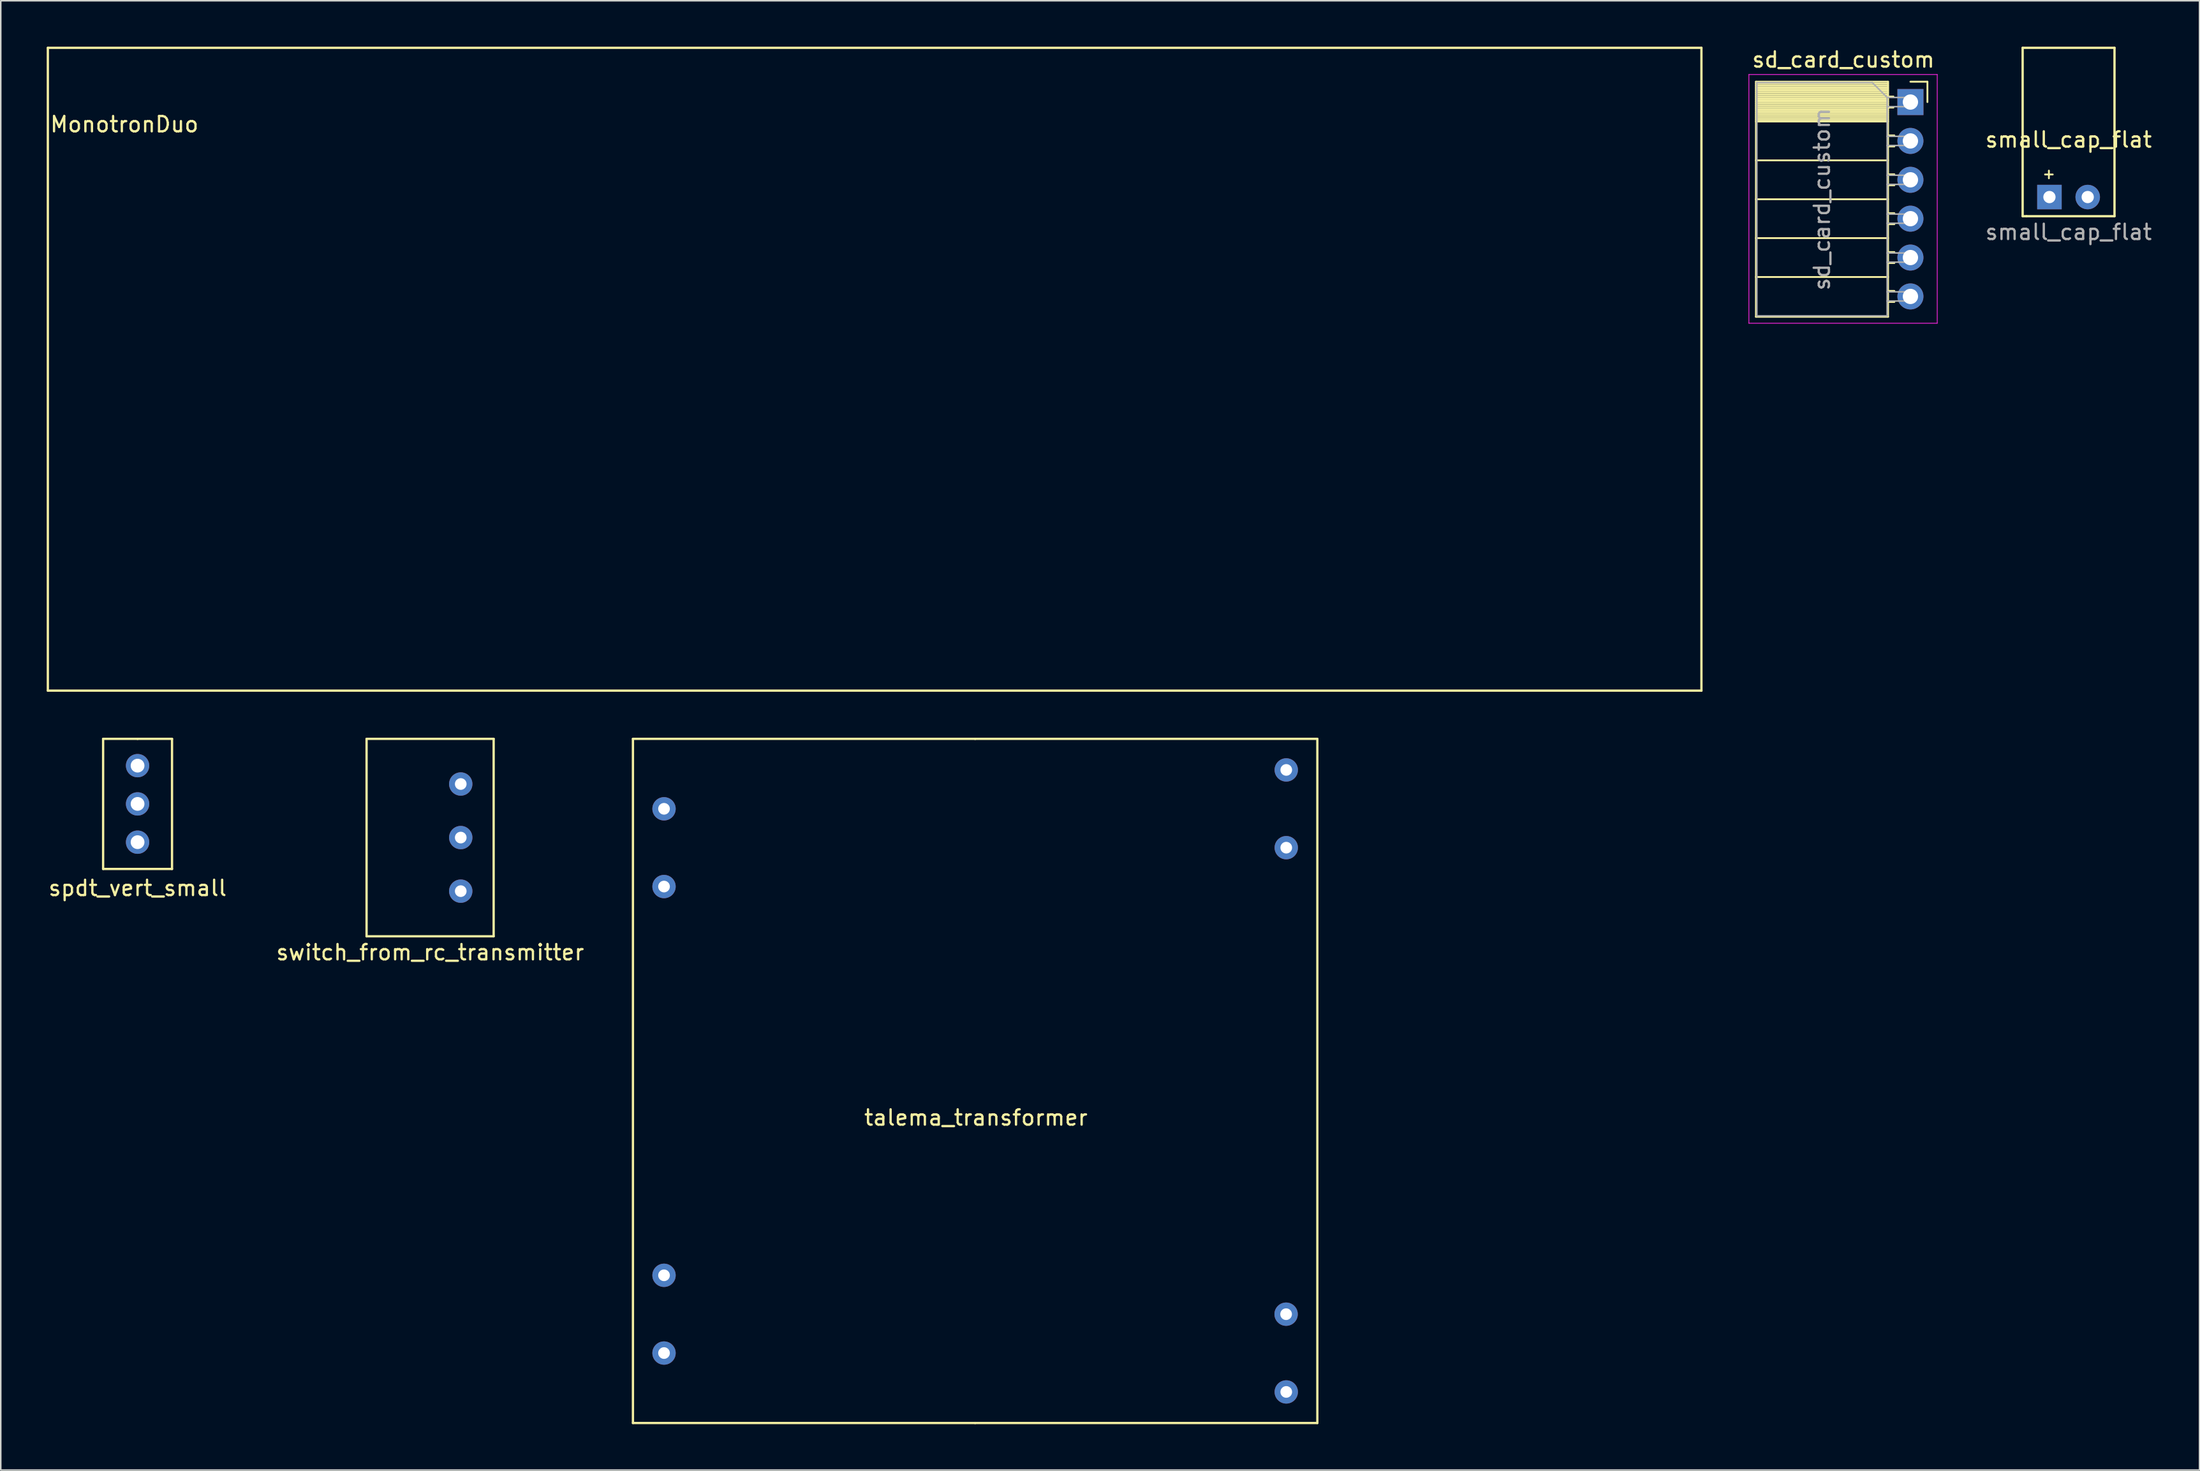
<source format=kicad_pcb>
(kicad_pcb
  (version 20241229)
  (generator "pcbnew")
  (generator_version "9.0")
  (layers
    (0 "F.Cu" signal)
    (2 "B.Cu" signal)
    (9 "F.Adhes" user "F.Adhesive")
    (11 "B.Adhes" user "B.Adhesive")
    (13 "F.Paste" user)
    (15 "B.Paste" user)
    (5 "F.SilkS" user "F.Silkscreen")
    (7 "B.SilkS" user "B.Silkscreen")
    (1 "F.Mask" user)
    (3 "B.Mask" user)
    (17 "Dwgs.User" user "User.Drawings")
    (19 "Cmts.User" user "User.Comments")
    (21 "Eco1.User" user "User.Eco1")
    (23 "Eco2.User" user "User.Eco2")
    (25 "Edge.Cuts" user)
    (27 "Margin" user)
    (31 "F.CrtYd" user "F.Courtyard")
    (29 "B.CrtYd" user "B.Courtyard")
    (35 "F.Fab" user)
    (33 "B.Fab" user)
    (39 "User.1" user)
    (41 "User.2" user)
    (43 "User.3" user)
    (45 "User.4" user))
  (footprint "spdt_vert_small"
    (layer "F.Cu")
    (at 5.935 49.475)
    (property "Reference" "spdt_vert_small" (at 0 5.5 0) (layer "F.SilkS") (effects (font (size 1 1) (thickness 0.15))))
    (attr through_hole)
    (fp_line (start -2.25 -4.25) (end 0 -4.25) (stroke (width 0.15) (type solid)) (layer "F.SilkS"))
    (fp_line (start -2.25 4.25) (end -2.25 -4.25) (stroke (width 0.15) (type solid)) (layer "F.SilkS"))
    (fp_line (start 0 -4.25) (end 2.25 -4.25) (stroke (width 0.15) (type solid)) (layer "F.SilkS"))
    (fp_line (start 2.25 -4.25) (end 2.25 4.25) (stroke (width 0.15) (type solid)) (layer "F.SilkS"))
    (fp_line (start 2.25 4.25) (end -2.25 4.25) (stroke (width 0.15) (type solid)) (layer "F.SilkS"))
    (pad "1" thru_hole circle (at 0 -2.5) (size 1.524 1.524) (drill 0.9) (layers "*.Cu" "*.Mask"))
    (pad "2" thru_hole circle (at 0 0) (size 1.524 1.524) (drill 0.9) (layers "*.Cu" "*.Mask"))
    (pad "3" thru_hole circle (at 0 2.5) (size 1.524 1.524) (drill 0.9) (layers "*.Cu" "*.Mask")))
  (footprint "small_cap_flat"
    (layer "F.Cu")
    (at 130.804 9.825)
    (property "Reference" "small_cap_flat" (at 1.25 -3.75 0) (layer "F.SilkS") (effects (font (size 1 1) (thickness 0.15))))
    (attr through_hole)
    (fp_line (start -1.75 -9.75) (end -1.75 1.25) (stroke (width 0.15) (type solid)) (layer "F.SilkS"))
    (fp_line (start -1.75 1.25) (end -1.5 1.25) (stroke (width 0.15) (type solid)) (layer "F.SilkS"))
    (fp_line (start -1.5 1.25) (end 4.25 1.25) (stroke (width 0.15) (type solid)) (layer "F.SilkS"))
    (fp_line (start -0.285 -1.475) (end 0.215 -1.475) (stroke (width 0.12) (type solid)) (layer "F.SilkS"))
    (fp_line (start -0.035 -1.725) (end -0.035 -1.225) (stroke (width 0.12) (type solid)) (layer "F.SilkS"))
    (fp_line (start 4.25 -9.75) (end -1.75 -9.75) (stroke (width 0.15) (type solid)) (layer "F.SilkS"))
    (fp_line (start 4.25 1.25) (end 4.25 -9.75) (stroke (width 0.15) (type solid)) (layer "F.SilkS"))
    (fp_text user "${REFERENCE}" (at 1.25 2.286 0) (layer "F.Fab") (effects (font (size 1 1) (thickness 0.15))))
    (pad "1" thru_hole rect (at 0 0) (size 1.6 1.6) (drill 0.8) (layers "*.Cu" "*.Mask"))
    (pad "2" thru_hole circle (at 2.5 0) (size 1.6 1.6) (drill 0.8) (layers "*.Cu" "*.Mask")))
  (footprint "MonotronDuo"
    (layer "F.Cu")
    (at 54.075 21.075)
    (property "Reference" "MonotronDuo" (at -49 -16 0) (layer "F.SilkS") (effects (font (size 1 1) (thickness 0.15))))
    (attr through_hole)
    (fp_line (start -54 -21) (end 54 -21) (stroke (width 0.15) (type solid)) (layer "F.SilkS"))
    (fp_line (start -54 21) (end -54 -21) (stroke (width 0.15) (type solid)) (layer "F.SilkS"))
    (fp_line (start -54 21) (end 54 21) (stroke (width 0.15) (type solid)) (layer "F.SilkS"))
    (fp_line (start 54 -21) (end 54 21) (stroke (width 0.15) (type solid)) (layer "F.SilkS")))
  (footprint "sd_card_custom"
    (layer "F.Cu")
    (at 121.725 3.618)
    (property "Reference" "sd_card_custom" (at -4.38 -2.77 0) (layer "F.SilkS") (effects (font (size 1 1) (thickness 0.15))))
    (attr through_hole)
    (fp_line (start -10.09 -1.33) (end -10.09 14.03) (stroke (width 0.12) (type solid)) (layer "F.SilkS"))
    (fp_line (start -10.09 -1.33) (end -1.46 -1.33) (stroke (width 0.12) (type solid)) (layer "F.SilkS"))
    (fp_line (start -10.09 -1.21) (end -1.46 -1.21) (stroke (width 0.12) (type solid)) (layer "F.SilkS"))
    (fp_line (start -10.09 -1.092) (end -1.46 -1.092) (stroke (width 0.12) (type solid)) (layer "F.SilkS"))
    (fp_line (start -10.09 -0.974) (end -1.46 -0.974) (stroke (width 0.12) (type solid)) (layer "F.SilkS"))
    (fp_line (start -10.09 -0.856) (end -1.46 -0.856) (stroke (width 0.12) (type solid)) (layer "F.SilkS"))
    (fp_line (start -10.09 -0.738) (end -1.46 -0.738) (stroke (width 0.12) (type solid)) (layer "F.SilkS"))
    (fp_line (start -10.09 -0.62) (end -1.46 -0.62) (stroke (width 0.12) (type solid)) (layer "F.SilkS"))
    (fp_line (start -10.09 -0.501) (end -1.46 -0.501) (stroke (width 0.12) (type solid)) (layer "F.SilkS"))
    (fp_line (start -10.09 -0.383) (end -1.46 -0.383) (stroke (width 0.12) (type solid)) (layer "F.SilkS"))
    (fp_line (start -10.09 -0.265) (end -1.46 -0.265) (stroke (width 0.12) (type solid)) (layer "F.SilkS"))
    (fp_line (start -10.09 -0.147) (end -1.46 -0.147) (stroke (width 0.12) (type solid)) (layer "F.SilkS"))
    (fp_line (start -10.09 -0.029) (end -1.46 -0.029) (stroke (width 0.12) (type solid)) (layer "F.SilkS"))
    (fp_line (start -10.09 0.089) (end -1.46 0.089) (stroke (width 0.12) (type solid)) (layer "F.SilkS"))
    (fp_line (start -10.09 0.207) (end -1.46 0.207) (stroke (width 0.12) (type solid)) (layer "F.SilkS"))
    (fp_line (start -10.09 0.325) (end -1.46 0.325) (stroke (width 0.12) (type solid)) (layer "F.SilkS"))
    (fp_line (start -10.09 0.443) (end -1.46 0.443) (stroke (width 0.12) (type solid)) (layer "F.SilkS"))
    (fp_line (start -10.09 0.561) (end -1.46 0.561) (stroke (width 0.12) (type solid)) (layer "F.SilkS"))
    (fp_line (start -10.09 0.68) (end -1.46 0.68) (stroke (width 0.12) (type solid)) (layer "F.SilkS"))
    (fp_line (start -10.09 0.798) (end -1.46 0.798) (stroke (width 0.12) (type solid)) (layer "F.SilkS"))
    (fp_line (start -10.09 0.916) (end -1.46 0.916) (stroke (width 0.12) (type solid)) (layer "F.SilkS"))
    (fp_line (start -10.09 1.034) (end -1.46 1.034) (stroke (width 0.12) (type solid)) (layer "F.SilkS"))
    (fp_line (start -10.09 1.152) (end -1.46 1.152) (stroke (width 0.12) (type solid)) (layer "F.SilkS"))
    (fp_line (start -10.09 1.27) (end -1.46 1.27) (stroke (width 0.12) (type solid)) (layer "F.SilkS"))
    (fp_line (start -10.09 3.81) (end -1.46 3.81) (stroke (width 0.12) (type solid)) (layer "F.SilkS"))
    (fp_line (start -10.09 6.35) (end -1.46 6.35) (stroke (width 0.12) (type solid)) (layer "F.SilkS"))
    (fp_line (start -10.09 8.89) (end -1.46 8.89) (stroke (width 0.12) (type solid)) (layer "F.SilkS"))
    (fp_line (start -10.09 11.43) (end -1.46 11.43) (stroke (width 0.12) (type solid)) (layer "F.SilkS"))
    (fp_line (start -10.09 14.03) (end -1.46 14.03) (stroke (width 0.12) (type solid)) (layer "F.SilkS"))
    (fp_line (start -1.46 -1.33) (end -1.46 14.03) (stroke (width 0.12) (type solid)) (layer "F.SilkS"))
    (fp_line (start -1.46 -0.36) (end -1.11 -0.36) (stroke (width 0.12) (type solid)) (layer "F.SilkS"))
    (fp_line (start -1.46 0.36) (end -1.11 0.36) (stroke (width 0.12) (type solid)) (layer "F.SilkS"))
    (fp_line (start -1.46 2.18) (end -1.05 2.18) (stroke (width 0.12) (type solid)) (layer "F.SilkS"))
    (fp_line (start -1.46 2.9) (end -1.05 2.9) (stroke (width 0.12) (type solid)) (layer "F.SilkS"))
    (fp_line (start -1.46 4.72) (end -1.05 4.72) (stroke (width 0.12) (type solid)) (layer "F.SilkS"))
    (fp_line (start -1.46 5.44) (end -1.05 5.44) (stroke (width 0.12) (type solid)) (layer "F.SilkS"))
    (fp_line (start -1.46 7.26) (end -1.05 7.26) (stroke (width 0.12) (type solid)) (layer "F.SilkS"))
    (fp_line (start -1.46 7.98) (end -1.05 7.98) (stroke (width 0.12) (type solid)) (layer "F.SilkS"))
    (fp_line (start -1.46 9.8) (end -1.05 9.8) (stroke (width 0.12) (type solid)) (layer "F.SilkS"))
    (fp_line (start -1.46 10.52) (end -1.05 10.52) (stroke (width 0.12) (type solid)) (layer "F.SilkS"))
    (fp_line (start -1.46 12.34) (end -1.05 12.34) (stroke (width 0.12) (type solid)) (layer "F.SilkS"))
    (fp_line (start -1.46 13.06) (end -1.05 13.06) (stroke (width 0.12) (type solid)) (layer "F.SilkS"))
    (fp_line (start 0 -1.33) (end 1.11 -1.33) (stroke (width 0.12) (type solid)) (layer "F.SilkS"))
    (fp_line (start 1.11 -1.33) (end 1.11 0) (stroke (width 0.12) (type solid)) (layer "F.SilkS"))
    (fp_line (start -10.55 -1.8) (end -10.55 14.45) (stroke (width 0.05) (type solid)) (layer "F.CrtYd"))
    (fp_line (start -10.55 14.45) (end 1.75 14.45) (stroke (width 0.05) (type solid)) (layer "F.CrtYd"))
    (fp_line (start 1.75 -1.8) (end -10.55 -1.8) (stroke (width 0.05) (type solid)) (layer "F.CrtYd"))
    (fp_line (start 1.75 14.45) (end 1.75 -1.8) (stroke (width 0.05) (type solid)) (layer "F.CrtYd"))
    (fp_line (start -10.03 -1.27) (end -2.49 -1.27) (stroke (width 0.1) (type solid)) (layer "F.Fab"))
    (fp_line (start -10.03 13.97) (end -10.03 -1.27) (stroke (width 0.1) (type solid)) (layer "F.Fab"))
    (fp_line (start -2.49 -1.27) (end -1.52 -0.3) (stroke (width 0.1) (type solid)) (layer "F.Fab"))
    (fp_line (start -1.52 -0.3) (end -1.52 13.97) (stroke (width 0.1) (type solid)) (layer "F.Fab"))
    (fp_line (start -1.52 0.3) (end 0 0.3) (stroke (width 0.1) (type solid)) (layer "F.Fab"))
    (fp_line (start -1.52 2.84) (end 0 2.84) (stroke (width 0.1) (type solid)) (layer "F.Fab"))
    (fp_line (start -1.52 5.38) (end 0 5.38) (stroke (width 0.1) (type solid)) (layer "F.Fab"))
    (fp_line (start -1.52 7.92) (end 0 7.92) (stroke (width 0.1) (type solid)) (layer "F.Fab"))
    (fp_line (start -1.52 10.46) (end 0 10.46) (stroke (width 0.1) (type solid)) (layer "F.Fab"))
    (fp_line (start -1.52 13) (end 0 13) (stroke (width 0.1) (type solid)) (layer "F.Fab"))
    (fp_line (start -1.52 13.97) (end -10.03 13.97) (stroke (width 0.1) (type solid)) (layer "F.Fab"))
    (fp_line (start 0 -0.3) (end -1.52 -0.3) (stroke (width 0.1) (type solid)) (layer "F.Fab"))
    (fp_line (start 0 0.3) (end 0 -0.3) (stroke (width 0.1) (type solid)) (layer "F.Fab"))
    (fp_line (start 0 2.24) (end -1.52 2.24) (stroke (width 0.1) (type solid)) (layer "F.Fab"))
    (fp_line (start 0 2.84) (end 0 2.24) (stroke (width 0.1) (type solid)) (layer "F.Fab"))
    (fp_line (start 0 4.78) (end -1.52 4.78) (stroke (width 0.1) (type solid)) (layer "F.Fab"))
    (fp_line (start 0 5.38) (end 0 4.78) (stroke (width 0.1) (type solid)) (layer "F.Fab"))
    (fp_line (start 0 7.32) (end -1.52 7.32) (stroke (width 0.1) (type solid)) (layer "F.Fab"))
    (fp_line (start 0 7.92) (end 0 7.32) (stroke (width 0.1) (type solid)) (layer "F.Fab"))
    (fp_line (start 0 9.86) (end -1.52 9.86) (stroke (width 0.1) (type solid)) (layer "F.Fab"))
    (fp_line (start 0 10.46) (end 0 9.86) (stroke (width 0.1) (type solid)) (layer "F.Fab"))
    (fp_line (start 0 12.4) (end -1.52 12.4) (stroke (width 0.1) (type solid)) (layer "F.Fab"))
    (fp_line (start 0 13) (end 0 12.4) (stroke (width 0.1) (type solid)) (layer "F.Fab"))
    (fp_text user "${REFERENCE}" (at -5.775 6.35 90) (layer "F.Fab") (effects (font (size 1 1) (thickness 0.15))))
    (pad "2" thru_hole rect (at 0 0) (size 1.7 1.7) (drill 1) (layers "*.Cu" "*.Mask"))
    (pad "3" thru_hole oval (at 0 2.54) (size 1.7 1.7) (drill 1) (layers "*.Cu" "*.Mask"))
    (pad "4" thru_hole oval (at 0 5.08) (size 1.7 1.7) (drill 1) (layers "*.Cu" "*.Mask"))
    (pad "5" thru_hole oval (at 0 7.62) (size 1.7 1.7) (drill 1) (layers "*.Cu" "*.Mask"))
    (pad "6" thru_hole oval (at 0 10.16) (size 1.7 1.7) (drill 1) (layers "*.Cu" "*.Mask"))
    (pad "7" thru_hole oval (at 0 12.7) (size 1.7 1.7) (drill 1) (layers "*.Cu" "*.Mask")))
  (footprint "talema_transformer"
    (layer "F.Cu")
    (at 60.639 67.575)
    (property "Reference" "talema_transformer" (at 0.05 2.4 0) (layer "F.SilkS") (effects (font (size 1 1) (thickness 0.15))))
    (attr through_hole)
    (fp_line (start -22.35 -22.35) (end 0 -22.35) (stroke (width 0.15) (type solid)) (layer "F.SilkS"))
    (fp_line (start -22.35 22.35) (end -22.35 -22.35) (stroke (width 0.15) (type solid)) (layer "F.SilkS"))
    (fp_line (start -22.35 22.35) (end 0 22.35) (stroke (width 0.15) (type solid)) (layer "F.SilkS"))
    (fp_line (start 0 -22.35) (end 22.35 -22.35) (stroke (width 0.15) (type solid)) (layer "F.SilkS"))
    (fp_line (start 0 22.35) (end 22.35 22.35) (stroke (width 0.15) (type solid)) (layer "F.SilkS"))
    (fp_line (start 22.35 -22.35) (end 22.35 22.35) (stroke (width 0.15) (type solid)) (layer "F.SilkS"))
    (pad "1" thru_hole circle (at -20.32 -17.78) (size 1.524 1.524) (drill 0.762) (layers "*.Cu" "*.Mask"))
    (pad "1" thru_hole circle (at -20.32 12.7) (size 1.524 1.524) (drill 0.762) (layers "*.Cu" "*.Mask"))
    (pad "2" thru_hole circle (at -20.32 -12.7) (size 1.524 1.524) (drill 0.762) (layers "*.Cu" "*.Mask"))
    (pad "2" thru_hole circle (at -20.32 17.78) (size 1.524 1.524) (drill 0.762) (layers "*.Cu" "*.Mask"))
    (pad "3" thru_hole circle (at 20.32 -20.32) (size 1.524 1.524) (drill 0.762) (layers "*.Cu" "*.Mask"))
    (pad "4" thru_hole circle (at 20.32 -15.24) (size 1.524 1.524) (drill 0.762) (layers "*.Cu" "*.Mask"))
    (pad "5" thru_hole circle (at 20.31 15.24) (size 1.524 1.524) (drill 0.762) (layers "*.Cu" "*.Mask"))
    (pad "6" thru_hole circle (at 20.32 20.32) (size 1.524 1.524) (drill 0.762) (layers "*.Cu" "*.Mask")))
  (footprint "switch_from_rc_transmitter"
    (layer "F.Cu")
    (at 25.042 51.675)
    (property "Reference" "switch_from_rc_transmitter" (at 0 7.5 0) (layer "F.SilkS") (effects (font (size 1 1) (thickness 0.15))))
    (attr through_hole)
    (fp_line (start -4.15 -6.45) (end -4.15 6.45) (stroke (width 0.15) (type solid)) (layer "F.SilkS"))
    (fp_line (start -4.15 -6.45) (end 4.15 -6.45) (stroke (width 0.15) (type solid)) (layer "F.SilkS"))
    (fp_line (start -4.15 6.45) (end 4.15 6.45) (stroke (width 0.15) (type solid)) (layer "F.SilkS"))
    (fp_line (start 4.15 -6.45) (end 4.15 6.45) (stroke (width 0.15) (type solid)) (layer "F.SilkS"))
    (pad "1" thru_hole circle (at 2 -3.5) (size 1.524 1.524) (drill 0.762) (layers "*.Cu" "*.Mask"))
    (pad "2" thru_hole circle (at 2 0) (size 1.524 1.524) (drill 0.762) (layers "*.Cu" "*.Mask"))
    (pad "3" thru_hole circle (at 2 3.5) (size 1.524 1.524) (drill 0.762) (layers "*.Cu" "*.Mask")))
  (gr_rect
    (start -3 -3)
    (end 140.607 93)
    (stroke (width 0.1) (type default))
    (fill no)
    (layer "Edge.Cuts")))
</source>
